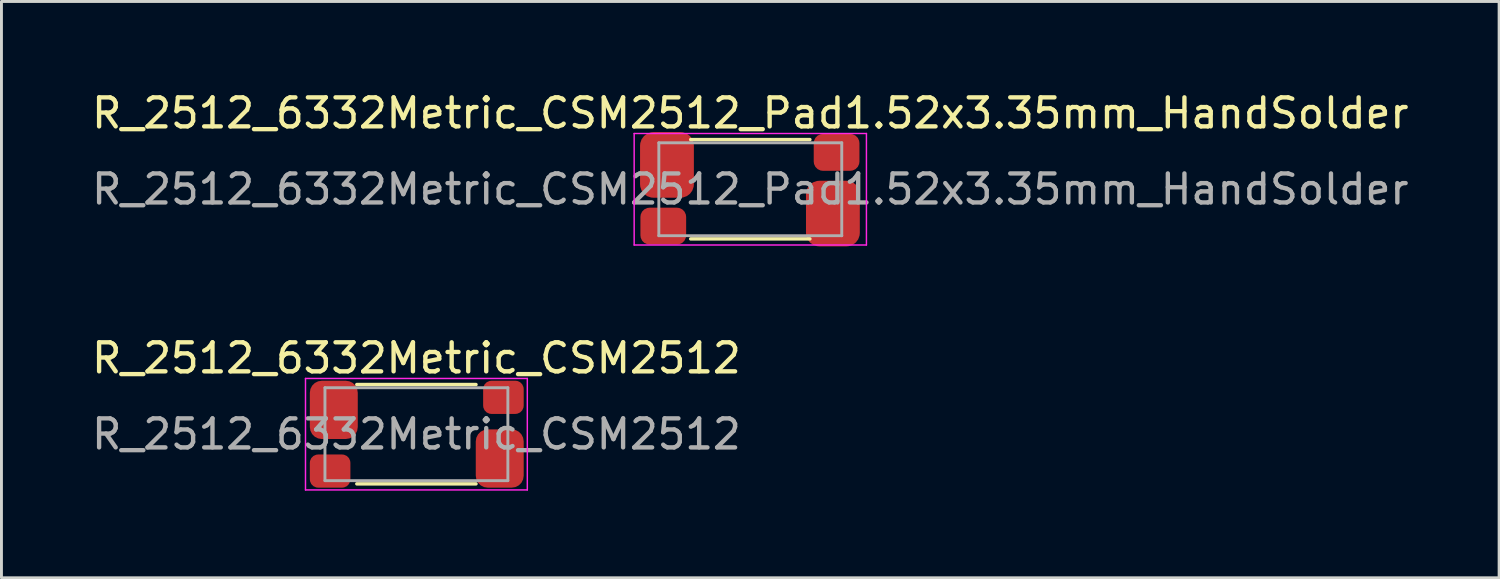
<source format=kicad_pcb>
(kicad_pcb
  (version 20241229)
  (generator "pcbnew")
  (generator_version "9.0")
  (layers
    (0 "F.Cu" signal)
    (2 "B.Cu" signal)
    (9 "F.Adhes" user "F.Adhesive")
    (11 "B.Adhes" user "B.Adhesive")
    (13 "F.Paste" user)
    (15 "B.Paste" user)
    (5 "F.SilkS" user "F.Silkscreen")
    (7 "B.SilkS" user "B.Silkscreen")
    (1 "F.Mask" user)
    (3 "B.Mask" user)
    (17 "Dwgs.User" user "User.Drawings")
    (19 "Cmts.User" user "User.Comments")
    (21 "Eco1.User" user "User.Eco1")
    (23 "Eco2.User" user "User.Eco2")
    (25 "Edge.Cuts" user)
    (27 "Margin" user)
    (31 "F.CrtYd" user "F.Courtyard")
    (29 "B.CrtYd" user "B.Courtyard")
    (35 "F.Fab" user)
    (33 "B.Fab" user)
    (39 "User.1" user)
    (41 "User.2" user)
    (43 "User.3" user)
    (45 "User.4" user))
  (footprint "R_2512_6332Metric_CSM2512_Pad1.52x3.35mm_HandSolder"
    (layer "F.Cu")
    (at 22.792 3.468)
    (property "Reference" "R_2512_6332Metric_CSM2512_Pad1.52x3.35mm_HandSolder" (at 0 -2.62 0) (layer "F.SilkS") (effects (font (size 1 1) (thickness 0.15))))
    (attr smd)
    (fp_line (start -2.052 -1.71) (end 2.052 -1.71) (stroke (width 0.12) (type solid)) (layer "F.SilkS"))
    (fp_line (start -2.052 1.71) (end 2.052 1.71) (stroke (width 0.12) (type solid)) (layer "F.SilkS"))
    (fp_line (start -4 -1.92) (end 4 -1.92) (stroke (width 0.05) (type solid)) (layer "F.CrtYd"))
    (fp_line (start -4 1.92) (end -4 -1.92) (stroke (width 0.05) (type solid)) (layer "F.CrtYd"))
    (fp_line (start 4 -1.92) (end 4 1.92) (stroke (width 0.05) (type solid)) (layer "F.CrtYd"))
    (fp_line (start 4 1.92) (end -4 1.92) (stroke (width 0.05) (type solid)) (layer "F.CrtYd"))
    (fp_line (start -3.15 -1.6) (end 3.15 -1.6) (stroke (width 0.1) (type solid)) (layer "F.Fab"))
    (fp_line (start -3.15 1.6) (end -3.15 -1.6) (stroke (width 0.1) (type solid)) (layer "F.Fab"))
    (fp_line (start 3.15 -1.6) (end 3.15 1.6) (stroke (width 0.1) (type solid)) (layer "F.Fab"))
    (fp_line (start 3.15 1.6) (end -3.15 1.6) (stroke (width 0.1) (type solid)) (layer "F.Fab"))
    (fp_text user "${REFERENCE}" (at 0 0 0) (layer "F.Fab") (effects (font (size 1 1) (thickness 0.15))))
    (pad "E1" smd roundrect (at -2.997 1.27) (size 1.575 1.27) (layers "F.Cu" "F.Mask" "F.Paste") (roundrect_rratio 0.25))
    (pad "E2" smd roundrect (at 2.972 -1.27 180) (size 1.575 1.27) (layers "F.Cu" "F.Mask" "F.Paste") (roundrect_rratio 0.25))
    (pad "I1" smd roundrect (at -2.87 -0.838) (size 1.854 2.261) (layers "F.Cu" "F.Mask" "F.Paste") (roundrect_rratio 0.25))
    (pad "I2" smd roundrect (at 2.845 0.838 180) (size 1.854 2.261) (layers "F.Cu" "F.Mask" "F.Paste") (roundrect_rratio 0.25)))
  (footprint "R_2512_6332Metric_CSM2512"
    (layer "F.Cu")
    (at 11.292 11.905)
    (property "Reference" "R_2512_6332Metric_CSM2512" (at 0 -2.62 0) (layer "F.SilkS") (effects (font (size 1 1) (thickness 0.15))))
    (attr smd)
    (fp_line (start -2.052 -1.71) (end 2.052 -1.71) (stroke (width 0.12) (type solid)) (layer "F.SilkS"))
    (fp_line (start -2.052 1.71) (end 2.052 1.71) (stroke (width 0.12) (type solid)) (layer "F.SilkS"))
    (fp_line (start -3.82 -1.92) (end 3.82 -1.92) (stroke (width 0.05) (type solid)) (layer "F.CrtYd"))
    (fp_line (start -3.82 1.92) (end -3.82 -1.92) (stroke (width 0.05) (type solid)) (layer "F.CrtYd"))
    (fp_line (start 3.82 -1.92) (end 3.82 1.92) (stroke (width 0.05) (type solid)) (layer "F.CrtYd"))
    (fp_line (start 3.82 1.92) (end -3.82 1.92) (stroke (width 0.05) (type solid)) (layer "F.CrtYd"))
    (fp_line (start -3.15 -1.6) (end 3.15 -1.6) (stroke (width 0.1) (type solid)) (layer "F.Fab"))
    (fp_line (start -3.15 1.6) (end -3.15 -1.6) (stroke (width 0.1) (type solid)) (layer "F.Fab"))
    (fp_line (start 3.15 -1.6) (end 3.15 1.6) (stroke (width 0.1) (type solid)) (layer "F.Fab"))
    (fp_line (start 3.15 1.6) (end -3.15 1.6) (stroke (width 0.1) (type solid)) (layer "F.Fab"))
    (fp_text user "${REFERENCE}" (at 0 0 0) (layer "F.Fab") (effects (font (size 1 1) (thickness 0.15))))
    (pad "E1" smd roundrect (at -2.972 1.27) (size 1.397 1.143) (layers "F.Cu" "F.Mask" "F.Paste") (roundrect_rratio 0.25))
    (pad "E2" smd roundrect (at 2.997 -1.27 180) (size 1.397 1.143) (layers "F.Cu" "F.Mask" "F.Paste") (roundrect_rratio 0.25))
    (pad "I1" smd roundrect (at -2.845 -0.838) (size 1.651 2.007) (layers "F.Cu" "F.Mask" "F.Paste") (roundrect_rratio 0.25))
    (pad "I2" smd roundrect (at 2.87 0.838 180) (size 1.651 2.007) (layers "F.Cu" "F.Mask" "F.Paste") (roundrect_rratio 0.25)))
  (gr_rect
    (start -3 -3)
    (end 48.583 16.85)
    (stroke (width 0.1) (type default))
    (fill no)
    (layer "Edge.Cuts")))
</source>
